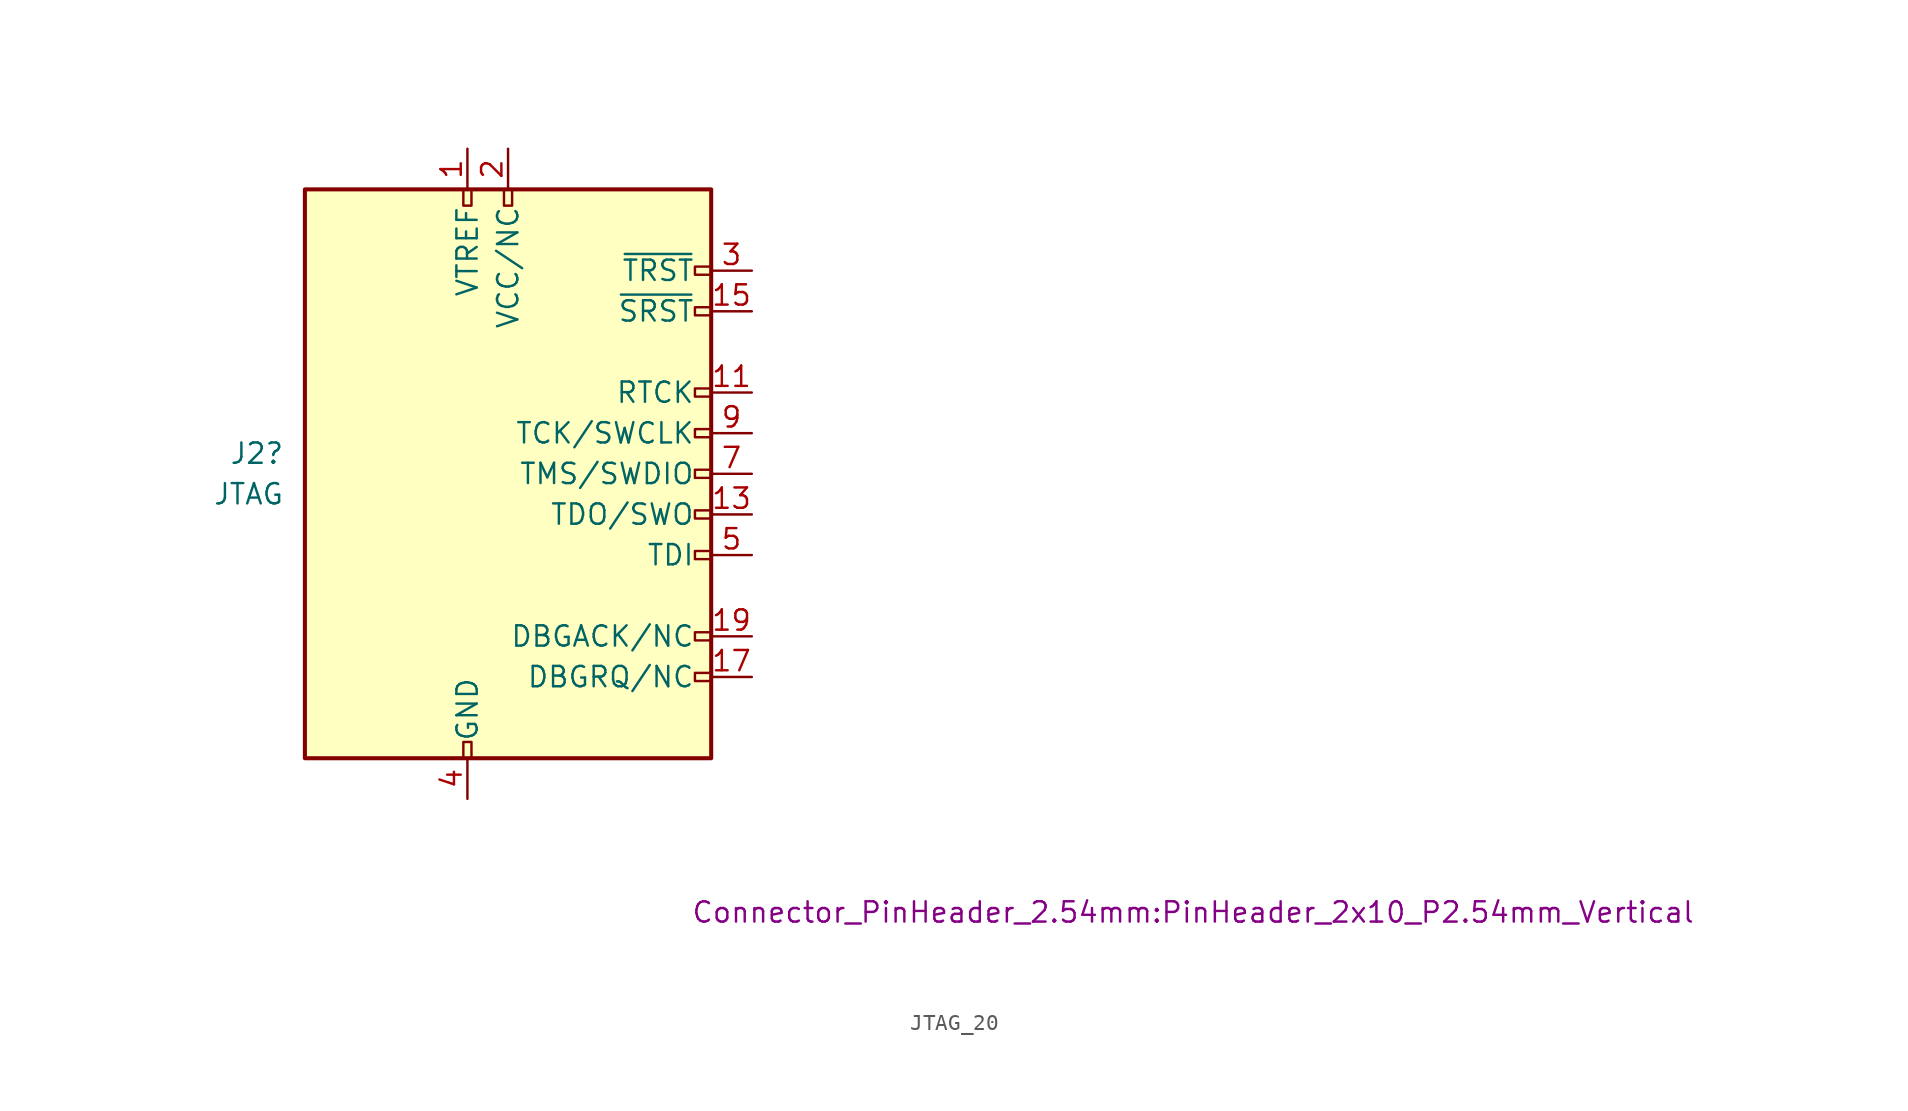
<source format=kicad_sym>
(kicad_symbol_lib
  (version 20241209)
  (generator "kicad_symbol_editor")
  (generator_version "9.0")
  (symbol "JTAG_20"
    (pin_names
      (offset 1.016))
    (property "Reference" "J2"
      (at -13.97 1.27 0)
      (effects (font (size 1.27 1.27)) (justify right)))
    (property "Value" "JTAG"
      (at -13.97 -1.27 0)
      (effects (font (size 1.27 1.27)) (justify right)))
    (property "Footprint" "Connector_PinHeader_2.54mm:PinHeader_2x10_P2.54mm_Vertical"
      (at 11.43 -26.67 0)
      (effects (font (size 1.27 1.27)) (justify left top)))
    (symbol "JTAG_20_0_1"
      (rectangle (start -12.7 17.78) (end 12.7 -17.78) (stroke (width 0.254) (type default)) (fill (type background)))
      (rectangle (start -2.794 17.78) (end -2.286 16.764) (stroke (width 0) (type default)) (fill (type none)))
      (rectangle (start -2.794 -17.78) (end -2.286 -16.764) (stroke (width 0) (type default)) (fill (type none)))
      (rectangle (start -0.254 17.78) (end 0.254 16.764) (stroke (width 0) (type default)) (fill (type none)))
      (rectangle (start 11.684 2.286) (end 12.7 2.794) (stroke (width 0) (type default)) (fill (type none)))
      (rectangle (start 12.7 12.954) (end 11.684 12.446) (stroke (width 0) (type default)) (fill (type none)))
      (rectangle (start 12.7 10.414) (end 11.684 9.906) (stroke (width 0) (type default)) (fill (type none)))
      (rectangle (start 12.7 4.826) (end 11.684 5.334) (stroke (width 0) (type default)) (fill (type none)))
      (rectangle (start 12.7 -0.254) (end 11.684 0.254) (stroke (width 0) (type default)) (fill (type none)))
      (rectangle (start 12.7 -2.794) (end 11.684 -2.286) (stroke (width 0) (type default)) (fill (type none)))
      (rectangle (start 12.7 -9.906) (end 11.684 -10.414) (stroke (width 0) (type default)) (fill (type none)))
      (rectangle (start 12.7 -12.446) (end 11.684 -12.954) (stroke (width 0) (type default)) (fill (type none))))
    (symbol "JTAG_20_1_1"
      (rectangle (start 11.684 -5.334) (end 12.7 -4.826) (stroke (width 0) (type default)) (fill (type none)))
      (pin power_in line (at -2.54 20.32 270) (length 2.54) (name "VTREF" (effects (font (size 1.27 1.27)))) (number "1" (effects (font (size 1.27 1.27)))))
      (pin passive line (at -2.54 -20.32 90) (length 2.54) (hide yes) (name "GND" (effects (font (size 1.27 1.27)))) (number "10" (effects (font (size 1.27 1.27)))))
      (pin passive line (at -2.54 -20.32 90) (length 2.54) (hide yes) (name "GND" (effects (font (size 1.27 1.27)))) (number "12" (effects (font (size 1.27 1.27)))))
      (pin passive line (at -2.54 -20.32 90) (length 2.54) (hide yes) (name "GND" (effects (font (size 1.27 1.27)))) (number "14" (effects (font (size 1.27 1.27)))))
      (pin passive line (at -2.54 -20.32 90) (length 2.54) (hide yes) (name "GND" (effects (font (size 1.27 1.27)))) (number "16" (effects (font (size 1.27 1.27)))))
      (pin passive line (at -2.54 -20.32 90) (length 2.54) (hide yes) (name "GND" (effects (font (size 1.27 1.27)))) (number "18" (effects (font (size 1.27 1.27)))))
      (pin passive line (at -2.54 -20.32 90) (length 2.54) (hide yes) (name "GND" (effects (font (size 1.27 1.27)))) (number "20" (effects (font (size 1.27 1.27)))))
      (pin power_in line (at -2.54 -20.32 90) (length 2.54) (name "GND" (effects (font (size 1.27 1.27)))) (number "4" (effects (font (size 1.27 1.27)))))
      (pin passive line (at -2.54 -20.32 90) (length 2.54) (hide yes) (name "GND" (effects (font (size 1.27 1.27)))) (number "6" (effects (font (size 1.27 1.27)))))
      (pin passive line (at -2.54 -20.32 90) (length 2.54) (hide yes) (name "GND" (effects (font (size 1.27 1.27)))) (number "8" (effects (font (size 1.27 1.27)))))
      (pin power_in line (at 0 20.32 270) (length 2.54) (name "VCC/NC" (effects (font (size 1.27 1.27)))) (number "2" (effects (font (size 1.27 1.27)))))
      (pin output line (at 15.24 12.7 180) (length 2.54) (name "~{TRST}" (effects (font (size 1.27 1.27)))) (number "3" (effects (font (size 1.27 1.27)))))
      (pin bidirectional line (at 15.24 10.16 180) (length 2.54) (name "~{SRST}" (effects (font (size 1.27 1.27)))) (number "15" (effects (font (size 1.27 1.27)))))
      (pin input line (at 15.24 5.08 180) (length 2.54) (name "RTCK" (effects (font (size 1.27 1.27)))) (number "11" (effects (font (size 1.27 1.27)))))
      (pin output line (at 15.24 2.54 180) (length 2.54) (name "TCK/SWCLK" (effects (font (size 1.27 1.27)))) (number "9" (effects (font (size 1.27 1.27)))))
      (pin output line (at 15.24 0 180) (length 2.54) (name "TMS/SWDIO" (effects (font (size 1.27 1.27)))) (number "7" (effects (font (size 1.27 1.27)))))
      (pin input line (at 15.24 -2.54 180) (length 2.54) (name "TDO/SWO" (effects (font (size 1.27 1.27)))) (number "13" (effects (font (size 1.27 1.27)))))
      (pin output line (at 15.24 -5.08 180) (length 2.54) (name "TDI" (effects (font (size 1.27 1.27)))) (number "5" (effects (font (size 1.27 1.27)))))
      (pin input line (at 15.24 -10.16 180) (length 2.54) (name "DBGACK/NC" (effects (font (size 1.27 1.27)))) (number "19" (effects (font (size 1.27 1.27)))))
      (pin output line (at 15.24 -12.7 180) (length 2.54) (name "DBGRQ/NC" (effects (font (size 1.27 1.27)))) (number "17" (effects (font (size 1.27 1.27))))))))
</source>
